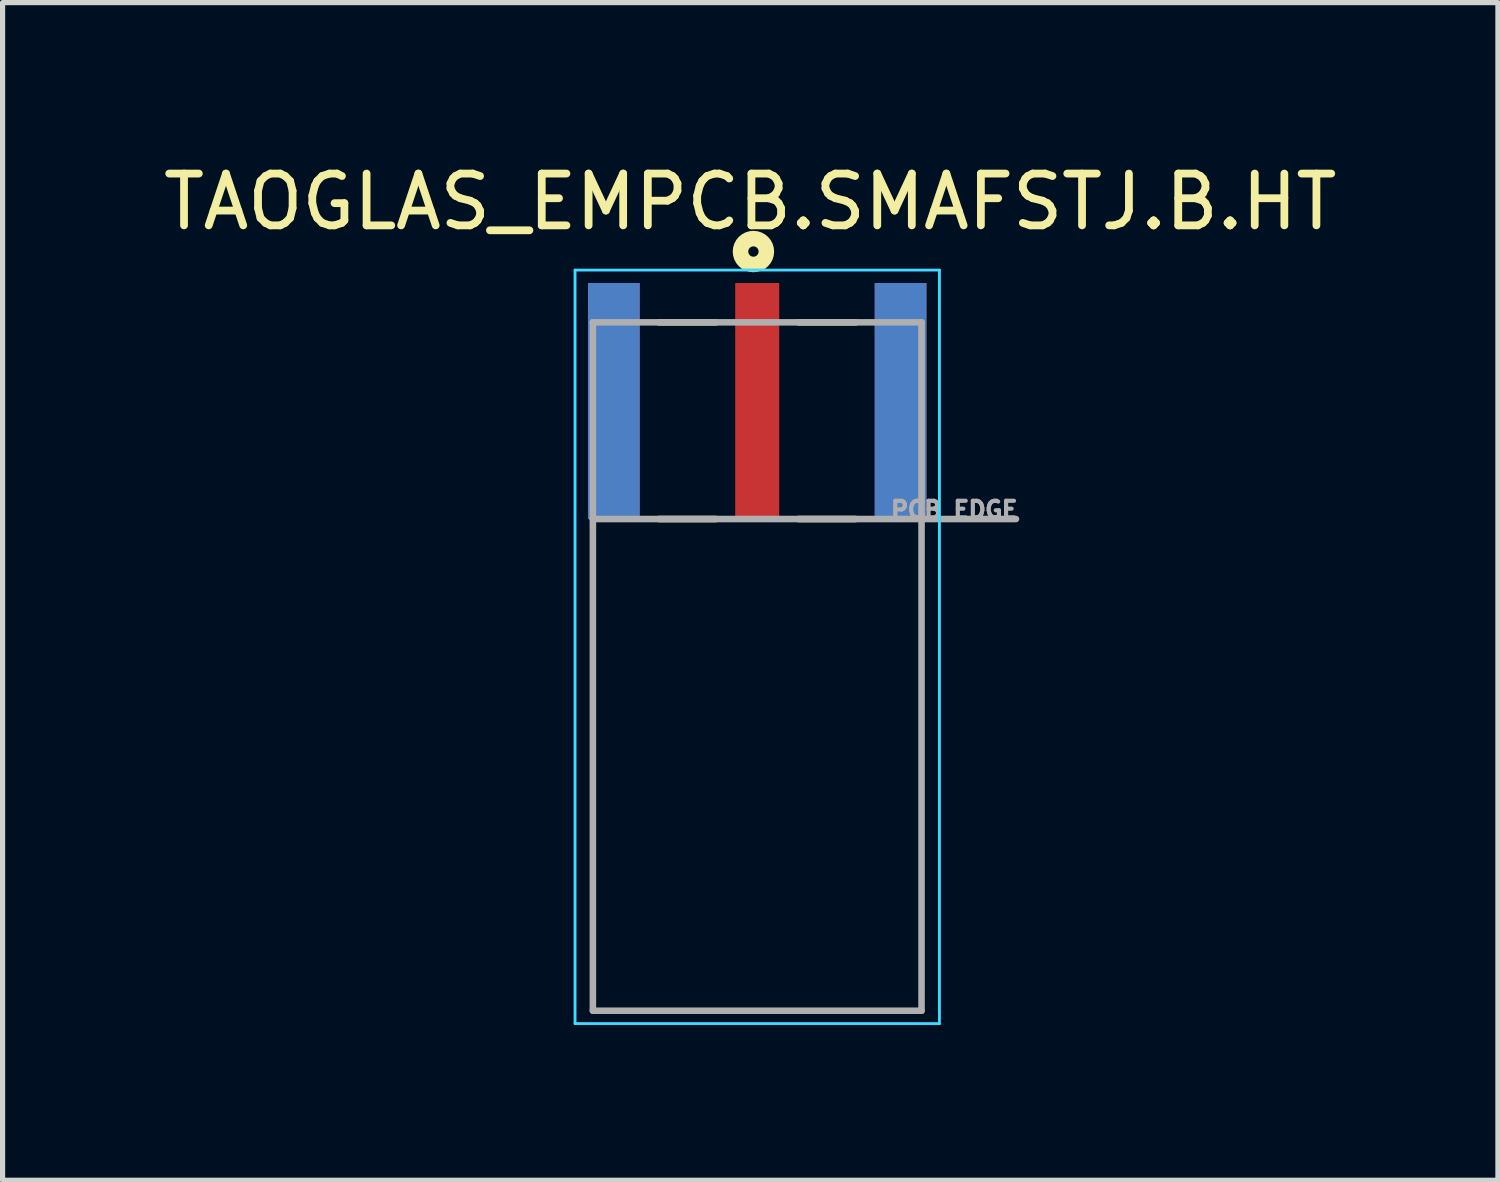
<source format=kicad_pcb>
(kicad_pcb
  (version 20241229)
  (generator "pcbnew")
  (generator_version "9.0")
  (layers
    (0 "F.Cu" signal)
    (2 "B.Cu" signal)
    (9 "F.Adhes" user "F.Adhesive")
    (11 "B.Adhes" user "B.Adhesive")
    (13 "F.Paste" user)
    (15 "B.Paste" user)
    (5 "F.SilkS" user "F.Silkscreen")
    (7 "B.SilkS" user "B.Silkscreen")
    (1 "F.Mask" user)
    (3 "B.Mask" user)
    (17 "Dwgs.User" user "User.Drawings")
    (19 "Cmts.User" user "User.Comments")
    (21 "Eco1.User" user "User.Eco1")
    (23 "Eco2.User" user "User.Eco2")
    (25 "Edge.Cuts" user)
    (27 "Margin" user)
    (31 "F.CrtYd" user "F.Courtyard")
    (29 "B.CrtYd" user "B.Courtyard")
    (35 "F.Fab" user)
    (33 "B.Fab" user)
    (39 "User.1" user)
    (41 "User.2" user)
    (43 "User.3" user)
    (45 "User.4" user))
  (footprint "TAOGLAS_EMPCB.SMAFSTJ.B.HT"
    (layer "F.Cu")
    (at 11.58 4.698)
    (property "Reference" "TAOGLAS_EMPCB.SMAFSTJ.B.HT" (at -0.135 -3.849 0) (layer "F.SilkS") (effects (font (size 1.001 1.001) (thickness 0.15))))
    (attr through_hole)
    (fp_line (start -1.9 -1.52) (end -0.8 -1.52) (stroke (width 0.127) (type solid)) (layer "F.SilkS"))
    (fp_line (start -1.9 2.28) (end -0.8 2.28) (stroke (width 0.127) (type solid)) (layer "F.SilkS"))
    (fp_line (start 0.8 -1.52) (end 1.9 -1.52) (stroke (width 0.127) (type solid)) (layer "F.SilkS"))
    (fp_line (start 0.8 2.28) (end 1.9 2.28) (stroke (width 0.127) (type solid)) (layer "F.SilkS"))
    (fp_circle (center -0.073 -2.888) (end 0.027 -2.888) (stroke (width 0.3) (type solid)) (fill no) (layer "F.SilkS"))
    (fp_line (start -3.52 -2.53) (end 3.52 -2.53) (stroke (width 0.05) (type solid)) (layer "B.CrtYd"))
    (fp_line (start -3.52 12.03) (end -3.52 -2.53) (stroke (width 0.05) (type solid)) (layer "B.CrtYd"))
    (fp_line (start 3.52 -2.53) (end 3.52 12.03) (stroke (width 0.05) (type solid)) (layer "B.CrtYd"))
    (fp_line (start 3.52 12.03) (end -3.52 12.03) (stroke (width 0.05) (type solid)) (layer "B.CrtYd"))
    (fp_line (start -3.52 -2.53) (end 3.52 -2.53) (stroke (width 0.05) (type solid)) (layer "F.CrtYd"))
    (fp_line (start -3.52 12.03) (end -3.52 -2.53) (stroke (width 0.05) (type solid)) (layer "F.CrtYd"))
    (fp_line (start 3.52 -2.53) (end 3.52 12.03) (stroke (width 0.05) (type solid)) (layer "F.CrtYd"))
    (fp_line (start 3.52 12.03) (end -3.52 12.03) (stroke (width 0.05) (type solid)) (layer "F.CrtYd"))
    (fp_line (start -3.175 -1.52) (end 3.175 -1.52) (stroke (width 0.127) (type solid)) (layer "F.Fab"))
    (fp_line (start -3.175 2.28) (end -3.175 -1.52) (stroke (width 0.127) (type solid)) (layer "F.Fab"))
    (fp_line (start -3.175 2.28) (end 5 2.28) (stroke (width 0.127) (type solid)) (layer "F.Fab"))
    (fp_line (start -3.175 11.78) (end -3.175 2.28) (stroke (width 0.127) (type solid)) (layer "F.Fab"))
    (fp_line (start 3.175 -1.52) (end 3.175 11.78) (stroke (width 0.127) (type solid)) (layer "F.Fab"))
    (fp_line (start 3.175 11.78) (end -3.175 11.78) (stroke (width 0.127) (type solid)) (layer "F.Fab"))
    (fp_text user "PCB EDGE" (at 3.807 2.104 0) (layer "F.Fab") (effects (font (size 0.321 0.321) (thickness 0.15))))
    (pad "1" smd rect (at 0 0) (size 0.85 4.56) (layers "F.Cu" "F.Mask" "F.Paste"))
    (pad "SH1" smd rect (at -2.77 0) (size 1 4.56) (layers "F.Cu" "F.Mask" "F.Paste"))
    (pad "SH2" smd rect (at 2.77 0) (size 1 4.56) (layers "F.Cu" "F.Mask" "F.Paste"))
    (pad "SH3" smd rect (at -2.77 0) (size 1 4.56) (layers "B.Cu" "B.Mask" "B.Paste"))
    (pad "SH4" smd rect (at 2.77 0) (size 1 4.56) (layers "B.Cu" "B.Mask" "B.Paste")))
  (gr_rect
    (start -3 -3)
    (end 25.891 19.753)
    (stroke (width 0.1) (type default))
    (fill no)
    (layer "Edge.Cuts")))
</source>
